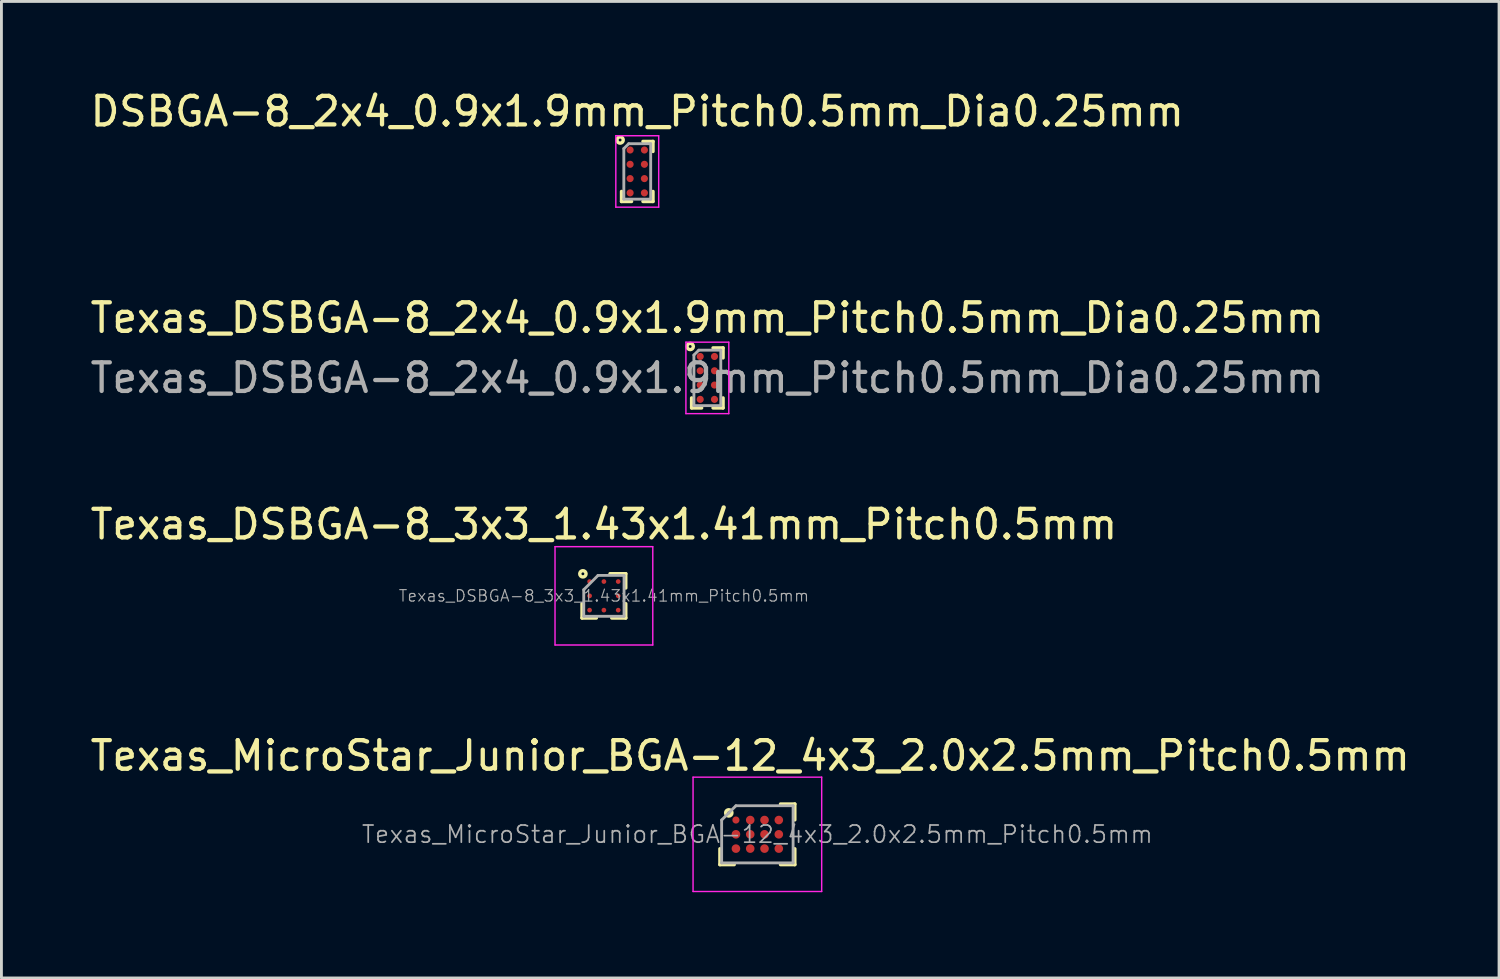
<source format=kicad_pcb>
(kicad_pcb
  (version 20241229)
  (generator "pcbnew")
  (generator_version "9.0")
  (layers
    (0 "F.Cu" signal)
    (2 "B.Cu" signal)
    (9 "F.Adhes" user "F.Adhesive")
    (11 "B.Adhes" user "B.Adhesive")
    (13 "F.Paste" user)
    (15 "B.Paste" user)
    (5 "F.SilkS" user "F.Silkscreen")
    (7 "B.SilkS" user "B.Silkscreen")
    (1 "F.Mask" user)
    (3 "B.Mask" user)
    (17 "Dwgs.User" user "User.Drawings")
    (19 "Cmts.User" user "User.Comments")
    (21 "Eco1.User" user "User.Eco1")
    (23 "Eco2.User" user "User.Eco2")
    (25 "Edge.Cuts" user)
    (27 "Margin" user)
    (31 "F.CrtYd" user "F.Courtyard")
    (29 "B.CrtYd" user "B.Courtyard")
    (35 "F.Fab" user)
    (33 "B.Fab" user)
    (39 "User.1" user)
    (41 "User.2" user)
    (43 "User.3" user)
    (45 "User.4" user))
  (footprint "Texas_DSBGA-8_2x4_0.9x1.9mm_Pitch0.5mm_Dia0.25mm"
    (layer "F.Cu")
    (at 21.696 10.171)
    (property "Reference" "Texas_DSBGA-8_2x4_0.9x1.9mm_Pitch0.5mm_Dia0.25mm" (at 0 -2.1 0) (layer "F.SilkS") (effects (font (size 1 1) (thickness 0.15))))
    (attr smd)
    (fp_line (start -0.55 0.7) (end -0.55 1.05) (stroke (width 0.12) (type solid)) (layer "F.SilkS"))
    (fp_line (start -0.55 1.05) (end -0.2 1.05) (stroke (width 0.12) (type solid)) (layer "F.SilkS"))
    (fp_line (start 0.2 1.05) (end 0.55 1.05) (stroke (width 0.12) (type solid)) (layer "F.SilkS"))
    (fp_line (start 0.55 -1.05) (end 0.2 -1.05) (stroke (width 0.12) (type solid)) (layer "F.SilkS"))
    (fp_line (start 0.55 -1.05) (end 0.55 -0.7) (stroke (width 0.12) (type solid)) (layer "F.SilkS"))
    (fp_line (start 0.55 1.05) (end 0.55 0.7) (stroke (width 0.12) (type solid)) (layer "F.SilkS"))
    (fp_circle (center -0.6 -1.1) (end -0.6 -1.05) (stroke (width 0.12) (type solid)) (fill no) (layer "F.SilkS"))
    (fp_line (start -0.75 -1.25) (end -0.75 1.25) (stroke (width 0.05) (type solid)) (layer "F.CrtYd"))
    (fp_line (start -0.75 1.25) (end 0.75 1.25) (stroke (width 0.05) (type solid)) (layer "F.CrtYd"))
    (fp_line (start 0.75 -1.25) (end -0.75 -1.25) (stroke (width 0.05) (type solid)) (layer "F.CrtYd"))
    (fp_line (start 0.75 1.25) (end 0.75 -1.25) (stroke (width 0.05) (type solid)) (layer "F.CrtYd"))
    (fp_line (start -0.47 -0.8) (end -0.47 0.97) (stroke (width 0.1) (type solid)) (layer "F.Fab"))
    (fp_line (start -0.47 -0.8) (end -0.3 -0.97) (stroke (width 0.1) (type solid)) (layer "F.Fab"))
    (fp_line (start -0.47 0.97) (end 0.47 0.97) (stroke (width 0.1) (type solid)) (layer "F.Fab"))
    (fp_line (start 0.47 -0.97) (end -0.3 -0.97) (stroke (width 0.1) (type solid)) (layer "F.Fab"))
    (fp_line (start 0.47 0.97) (end 0.47 -0.97) (stroke (width 0.1) (type solid)) (layer "F.Fab"))
    (fp_text user "${REFERENCE}" (at 0 0 0) (layer "F.Fab") (effects (font (size 1 1) (thickness 0.15))))
    (pad "A1" smd circle (at -0.25 -0.75) (size 0.25 0.25) (layers "F.Cu" "F.Mask" "F.Paste"))
    (pad "A2" smd circle (at 0.25 -0.75) (size 0.25 0.25) (layers "F.Cu" "F.Mask" "F.Paste"))
    (pad "B1" smd circle (at -0.25 -0.25) (size 0.25 0.25) (layers "F.Cu" "F.Mask" "F.Paste"))
    (pad "B2" smd circle (at 0.25 -0.25) (size 0.25 0.25) (layers "F.Cu" "F.Mask" "F.Paste"))
    (pad "C1" smd circle (at -0.25 0.25) (size 0.25 0.25) (layers "F.Cu" "F.Mask" "F.Paste"))
    (pad "C2" smd circle (at 0.25 0.25) (size 0.25 0.25) (layers "F.Cu" "F.Mask" "F.Paste"))
    (pad "D1" smd circle (at -0.25 0.75) (size 0.25 0.25) (layers "F.Cu" "F.Mask" "F.Paste"))
    (pad "D2" smd circle (at 0.25 0.75) (size 0.25 0.25) (layers "F.Cu" "F.Mask" "F.Paste")))
  (footprint "Texas_DSBGA-8_3x3_1.43x1.41mm_Pitch0.5mm"
    (layer "F.Cu")
    (at 18.077 17.795)
    (property "Reference" "Texas_DSBGA-8_3x3_1.43x1.41mm_Pitch0.5mm" (at 0 -2.5 0) (layer "F.SilkS") (effects (font (size 1 1) (thickness 0.15))))
    (attr smd)
    (fp_line (start -0.765 0.275) (end -0.765 0.775) (stroke (width 0.12) (type solid)) (layer "F.SilkS"))
    (fp_line (start -0.765 0.775) (end -0.265 0.775) (stroke (width 0.12) (type solid)) (layer "F.SilkS"))
    (fp_line (start 0.215 -0.775) (end 0.765 -0.775) (stroke (width 0.12) (type solid)) (layer "F.SilkS"))
    (fp_line (start 0.765 -0.775) (end 0.765 -0.275) (stroke (width 0.12) (type solid)) (layer "F.SilkS"))
    (fp_line (start 0.765 0.775) (end 0.275 0.775) (stroke (width 0.12) (type solid)) (layer "F.SilkS"))
    (fp_line (start 0.765 0.775) (end 0.765 0.275) (stroke (width 0.12) (type solid)) (layer "F.SilkS"))
    (fp_circle (center -0.735 -0.77) (end -0.735 -0.72) (stroke (width 0.12) (type solid)) (fill no) (layer "F.SilkS"))
    (fp_line (start -1.71 -1.72) (end -1.71 1.72) (stroke (width 0.05) (type solid)) (layer "F.CrtYd"))
    (fp_line (start -1.71 1.72) (end 1.71 1.72) (stroke (width 0.05) (type solid)) (layer "F.CrtYd"))
    (fp_line (start 1.71 -1.72) (end -1.71 -1.72) (stroke (width 0.05) (type solid)) (layer "F.CrtYd"))
    (fp_line (start 1.71 1.72) (end 1.71 -1.72) (stroke (width 0.05) (type solid)) (layer "F.CrtYd"))
    (fp_line (start -0.705 -0.215) (end -0.705 0.715) (stroke (width 0.1) (type solid)) (layer "F.Fab"))
    (fp_line (start -0.705 -0.215) (end -0.205 -0.715) (stroke (width 0.1) (type solid)) (layer "F.Fab"))
    (fp_line (start -0.705 0.715) (end 0.705 0.715) (stroke (width 0.1) (type solid)) (layer "F.Fab"))
    (fp_line (start 0.705 -0.715) (end -0.205 -0.715) (stroke (width 0.1) (type solid)) (layer "F.Fab"))
    (fp_line (start 0.705 0.715) (end 0.705 -0.715) (stroke (width 0.1) (type solid)) (layer "F.Fab"))
    (fp_text user "${REFERENCE}" (at 0 0 0) (layer "F.Fab") (effects (font (size 0.4 0.4) (thickness 0.04))))
    (pad "" smd rect (at -0.5 -0.5) (size 0.3 0.3) (layers "F.Paste"))
    (pad "" smd rect (at -0.5 0) (size 0.3 0.3) (layers "F.Paste"))
    (pad "" smd rect (at -0.5 0.5) (size 0.3 0.3) (layers "F.Paste"))
    (pad "" smd rect (at 0 -0.5) (size 0.3 0.3) (layers "F.Paste"))
    (pad "" smd rect (at 0 0.5) (size 0.3 0.3) (layers "F.Paste"))
    (pad "" smd rect (at 0.5 -0.5) (size 0.3 0.3) (layers "F.Paste"))
    (pad "" smd rect (at 0.5 0) (size 0.3 0.3) (layers "F.Paste"))
    (pad "" smd rect (at 0.5 0.5) (size 0.3 0.3) (layers "F.Paste"))
    (pad "A1" smd circle (at -0.5 -0.5) (size 0.165 0.165) (layers "F.Cu" "F.Mask"))
    (pad "A2" smd circle (at 0 -0.5) (size 0.165 0.165) (layers "F.Cu" "F.Mask"))
    (pad "A3" smd circle (at 0.5 -0.5) (size 0.165 0.165) (layers "F.Cu" "F.Mask"))
    (pad "B1" smd circle (at -0.5 0) (size 0.165 0.165) (layers "F.Cu" "F.Mask"))
    (pad "B3" smd circle (at 0.5 0) (size 0.165 0.165) (layers "F.Cu" "F.Mask" "F.Paste"))
    (pad "C1" smd circle (at -0.5 0.5) (size 0.165 0.165) (layers "F.Cu" "F.Mask"))
    (pad "C2" smd circle (at 0 0.5) (size 0.165 0.165) (layers "F.Cu" "F.Mask"))
    (pad "C2" smd circle (at 0.5 0.5) (size 0.165 0.165) (layers "F.Cu" "F.Mask")))
  (footprint "DSBGA-8_2x4_0.9x1.9mm_Pitch0.5mm_Dia0.25mm"
    (layer "F.Cu")
    (at 19.244 2.948)
    (property "Reference" "DSBGA-8_2x4_0.9x1.9mm_Pitch0.5mm_Dia0.25mm" (at 0 -2.1 0) (layer "F.SilkS") (effects (font (size 1 1) (thickness 0.15))))
    (attr smd)
    (fp_line (start -0.55 0.7) (end -0.55 1.05) (stroke (width 0.12) (type solid)) (layer "F.SilkS"))
    (fp_line (start -0.55 1.05) (end -0.2 1.05) (stroke (width 0.12) (type solid)) (layer "F.SilkS"))
    (fp_line (start 0.2 1.05) (end 0.55 1.05) (stroke (width 0.12) (type solid)) (layer "F.SilkS"))
    (fp_line (start 0.55 -1.05) (end 0.2 -1.05) (stroke (width 0.12) (type solid)) (layer "F.SilkS"))
    (fp_line (start 0.55 -1.05) (end 0.55 -0.7) (stroke (width 0.12) (type solid)) (layer "F.SilkS"))
    (fp_line (start 0.55 1.05) (end 0.55 0.7) (stroke (width 0.12) (type solid)) (layer "F.SilkS"))
    (fp_circle (center -0.6 -1.1) (end -0.6 -1.05) (stroke (width 0.12) (type solid)) (fill no) (layer "F.SilkS"))
    (fp_line (start -0.75 -1.25) (end -0.75 1.25) (stroke (width 0.05) (type solid)) (layer "F.CrtYd"))
    (fp_line (start -0.75 1.25) (end 0.75 1.25) (stroke (width 0.05) (type solid)) (layer "F.CrtYd"))
    (fp_line (start 0.75 -1.25) (end -0.75 -1.25) (stroke (width 0.05) (type solid)) (layer "F.CrtYd"))
    (fp_line (start 0.75 1.25) (end 0.75 -1.25) (stroke (width 0.05) (type solid)) (layer "F.CrtYd"))
    (fp_line (start -0.47 -0.8) (end -0.47 0.97) (stroke (width 0.1) (type solid)) (layer "F.Fab"))
    (fp_line (start -0.47 -0.8) (end -0.3 -0.97) (stroke (width 0.1) (type solid)) (layer "F.Fab"))
    (fp_line (start -0.47 0.97) (end 0.47 0.97) (stroke (width 0.1) (type solid)) (layer "F.Fab"))
    (fp_line (start 0.47 -0.97) (end -0.3 -0.97) (stroke (width 0.1) (type solid)) (layer "F.Fab"))
    (fp_line (start 0.47 0.97) (end 0.47 -0.97) (stroke (width 0.1) (type solid)) (layer "F.Fab"))
    (pad "A1" smd circle (at -0.25 -0.75) (size 0.25 0.25) (layers "F.Cu" "F.Mask" "F.Paste"))
    (pad "A2" smd circle (at 0.25 -0.75) (size 0.25 0.25) (layers "F.Cu" "F.Mask" "F.Paste"))
    (pad "B1" smd circle (at -0.25 -0.25) (size 0.25 0.25) (layers "F.Cu" "F.Mask" "F.Paste"))
    (pad "B2" smd circle (at 0.25 -0.25) (size 0.25 0.25) (layers "F.Cu" "F.Mask" "F.Paste"))
    (pad "C1" smd circle (at -0.25 0.25) (size 0.25 0.25) (layers "F.Cu" "F.Mask" "F.Paste"))
    (pad "C2" smd circle (at 0.25 0.25) (size 0.25 0.25) (layers "F.Cu" "F.Mask" "F.Paste"))
    (pad "D1" smd circle (at -0.25 0.75) (size 0.25 0.25) (layers "F.Cu" "F.Mask" "F.Paste"))
    (pad "D2" smd circle (at 0.25 0.75) (size 0.25 0.25) (layers "F.Cu" "F.Mask" "F.Paste")))
  (footprint "Texas_MicroStar_Junior_BGA-12_4x3_2.0x2.5mm_Pitch0.5mm"
    (layer "F.Cu")
    (at 23.446 26.138)
    (property "Reference" "Texas_MicroStar_Junior_BGA-12_4x3_2.0x2.5mm_Pitch0.5mm" (at -0.25 -2.75 0) (layer "F.SilkS") (effects (font (size 1 1) (thickness 0.15))))
    (attr smd)
    (fp_line (start -1.31 0.506) (end -1.31 1.06) (stroke (width 0.12) (type solid)) (layer "F.SilkS"))
    (fp_line (start -1.31 1.06) (end -0.81 1.06) (stroke (width 0.12) (type solid)) (layer "F.SilkS"))
    (fp_line (start 0.81 -1.06) (end 1.31 -1.06) (stroke (width 0.12) (type solid)) (layer "F.SilkS"))
    (fp_line (start 1.31 -1.06) (end 1.31 -0.506) (stroke (width 0.12) (type solid)) (layer "F.SilkS"))
    (fp_line (start 1.31 1.06) (end 0.81 1.06) (stroke (width 0.12) (type solid)) (layer "F.SilkS"))
    (fp_line (start 1.31 1.06) (end 1.31 0.506) (stroke (width 0.12) (type solid)) (layer "F.SilkS"))
    (fp_circle (center -1 -0.75) (end -1 -0.7) (stroke (width 0.12) (type solid)) (fill no) (layer "F.SilkS"))
    (fp_line (start -2.25 -2) (end 2.25 -2) (stroke (width 0.05) (type solid)) (layer "F.CrtYd"))
    (fp_line (start -2.25 2) (end -2.25 -2) (stroke (width 0.05) (type solid)) (layer "F.CrtYd"))
    (fp_line (start 2.25 -2) (end 2.25 2) (stroke (width 0.05) (type solid)) (layer "F.CrtYd"))
    (fp_line (start 2.25 2) (end -2.25 2) (stroke (width 0.05) (type solid)) (layer "F.CrtYd"))
    (fp_line (start -1.25 1) (end -1.25 -0.5) (stroke (width 0.1) (type solid)) (layer "F.Fab"))
    (fp_line (start -0.75 -1) (end -1.25 -0.5) (stroke (width 0.1) (type solid)) (layer "F.Fab"))
    (fp_line (start -0.75 -1) (end 1.25 -1) (stroke (width 0.1) (type solid)) (layer "F.Fab"))
    (fp_line (start 1.25 -1) (end 1.25 1) (stroke (width 0.1) (type solid)) (layer "F.Fab"))
    (fp_line (start 1.25 1) (end -1.25 1) (stroke (width 0.1) (type solid)) (layer "F.Fab"))
    (fp_text user "${REFERENCE}" (at 0 0 0) (layer "F.Fab") (effects (font (size 0.6 0.6) (thickness 0.06))))
    (pad "A1" smd circle (at -0.75 -0.5) (size 0.25 0.25) (layers "F.Cu" "F.Mask" "F.Paste"))
    (pad "A2" smd circle (at -0.25 -0.5) (size 0.3 0.3) (layers "F.Cu" "F.Mask" "F.Paste"))
    (pad "A3" smd circle (at 0.25 -0.5) (size 0.3 0.3) (layers "F.Cu" "F.Mask" "F.Paste"))
    (pad "A4" smd circle (at 0.75 -0.5) (size 0.3 0.3) (layers "F.Cu" "F.Mask" "F.Paste"))
    (pad "B1" smd circle (at -0.75 0) (size 0.3 0.3) (layers "F.Cu" "F.Mask" "F.Paste"))
    (pad "B2" smd circle (at -0.25 0) (size 0.3 0.3) (layers "F.Cu" "F.Mask" "F.Paste"))
    (pad "B3" smd circle (at 0.25 0) (size 0.3 0.3) (layers "F.Cu" "F.Mask" "F.Paste"))
    (pad "B4" smd circle (at 0.75 0) (size 0.3 0.3) (layers "F.Cu" "F.Mask" "F.Paste"))
    (pad "C1" smd circle (at -0.75 0.5) (size 0.3 0.3) (layers "F.Cu" "F.Mask" "F.Paste"))
    (pad "C2" smd circle (at -0.25 0.5) (size 0.3 0.3) (layers "F.Cu" "F.Mask" "F.Paste"))
    (pad "C3" smd circle (at 0.25 0.5) (size 0.3 0.3) (layers "F.Cu" "F.Mask" "F.Paste"))
    (pad "C4" smd circle (at 0.75 0.5) (size 0.3 0.3) (layers "F.Cu" "F.Mask" "F.Paste")))
  (gr_rect
    (start -3 -3)
    (end 49.393 31.163)
    (stroke (width 0.1) (type default))
    (fill no)
    (layer "Edge.Cuts")))
</source>
